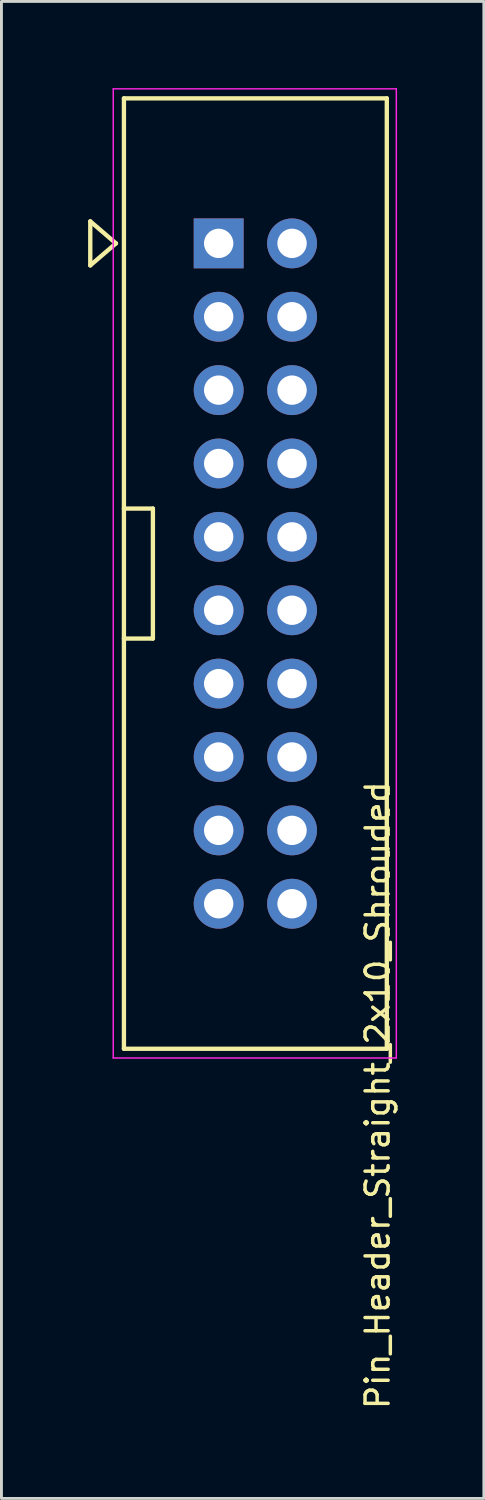
<source format=kicad_pcb>
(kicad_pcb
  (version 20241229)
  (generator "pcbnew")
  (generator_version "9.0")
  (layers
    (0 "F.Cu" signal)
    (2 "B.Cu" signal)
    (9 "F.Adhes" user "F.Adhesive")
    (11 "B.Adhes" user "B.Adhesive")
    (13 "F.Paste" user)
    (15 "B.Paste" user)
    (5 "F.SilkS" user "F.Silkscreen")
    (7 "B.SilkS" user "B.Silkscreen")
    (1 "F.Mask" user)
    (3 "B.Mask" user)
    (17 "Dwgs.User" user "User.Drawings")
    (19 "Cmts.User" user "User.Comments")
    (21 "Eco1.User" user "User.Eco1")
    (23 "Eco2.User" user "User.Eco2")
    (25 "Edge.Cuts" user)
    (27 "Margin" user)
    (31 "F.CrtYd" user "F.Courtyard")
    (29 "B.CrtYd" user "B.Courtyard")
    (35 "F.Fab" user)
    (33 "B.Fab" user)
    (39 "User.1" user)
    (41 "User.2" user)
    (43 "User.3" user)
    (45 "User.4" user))
  (footprint "Pin_Header_Straight_2x10_Shrouded"
    (layer "F.Cu")
    (at 4.52 5.375)
    (property "Reference" "Pin_Header_Straight_2x10_Shrouded" (at 5.502 29.489 90) (layer "F.SilkS") (effects (font (size 0.8 0.8) (thickness 0.12))))
    (attr through_hole)
    (fp_line (start -4.445 -0.762) (end -4.445 0.762) (stroke (width 0.15) (type solid)) (layer "F.SilkS"))
    (fp_line (start -4.445 0.762) (end -3.556 0) (stroke (width 0.15) (type solid)) (layer "F.SilkS"))
    (fp_line (start -3.556 0) (end -4.445 -0.762) (stroke (width 0.15) (type solid)) (layer "F.SilkS"))
    (fp_line (start -3.28 -5.02) (end -3.28 27.88) (stroke (width 0.15) (type solid)) (layer "F.SilkS"))
    (fp_line (start -3.28 -5.02) (end 5.82 -5.02) (stroke (width 0.15) (type solid)) (layer "F.SilkS"))
    (fp_line (start -3.28 27.88) (end 5.82 27.88) (stroke (width 0.15) (type solid)) (layer "F.SilkS"))
    (fp_line (start -2.277 9.18) (end -3.28 9.18) (stroke (width 0.15) (type solid)) (layer "F.SilkS"))
    (fp_line (start -2.277 9.18) (end -2.277 13.68) (stroke (width 0.15) (type solid)) (layer "F.SilkS"))
    (fp_line (start -2.277 13.68) (end -3.28 13.68) (stroke (width 0.15) (type solid)) (layer "F.SilkS"))
    (fp_line (start 5.82 -5.02) (end 5.82 27.88) (stroke (width 0.15) (type solid)) (layer "F.SilkS"))
    (fp_line (start -3.65 -5.35) (end -3.65 28.2) (stroke (width 0.05) (type solid)) (layer "F.CrtYd"))
    (fp_line (start -3.65 -5.35) (end 6.15 -5.35) (stroke (width 0.05) (type solid)) (layer "F.CrtYd"))
    (fp_line (start -3.65 28.2) (end 6.15 28.2) (stroke (width 0.05) (type solid)) (layer "F.CrtYd"))
    (fp_line (start 6.15 -5.35) (end 6.15 28.2) (stroke (width 0.05) (type solid)) (layer "F.CrtYd"))
    (pad "1" thru_hole rect (at 0 0) (size 1.727 1.727) (drill 1.016) (layers "*.Cu" "*.Mask"))
    (pad "2" thru_hole oval (at 2.54 0) (size 1.727 1.727) (drill 1.016) (layers "*.Cu" "*.Mask"))
    (pad "3" thru_hole oval (at 0 2.54) (size 1.727 1.727) (drill 1.016) (layers "*.Cu" "*.Mask"))
    (pad "4" thru_hole oval (at 2.54 2.54) (size 1.727 1.727) (drill 1.016) (layers "*.Cu" "*.Mask"))
    (pad "5" thru_hole oval (at 0 5.08) (size 1.727 1.727) (drill 1.016) (layers "*.Cu" "*.Mask"))
    (pad "6" thru_hole oval (at 2.54 5.08) (size 1.727 1.727) (drill 1.016) (layers "*.Cu" "*.Mask"))
    (pad "7" thru_hole oval (at 0 7.62) (size 1.727 1.727) (drill 1.016) (layers "*.Cu" "*.Mask"))
    (pad "8" thru_hole oval (at 2.54 7.62) (size 1.727 1.727) (drill 1.016) (layers "*.Cu" "*.Mask"))
    (pad "9" thru_hole oval (at 0 10.16) (size 1.727 1.727) (drill 1.016) (layers "*.Cu" "*.Mask"))
    (pad "10" thru_hole oval (at 2.54 10.16) (size 1.727 1.727) (drill 1.016) (layers "*.Cu" "*.Mask"))
    (pad "11" thru_hole oval (at 0 12.7) (size 1.727 1.727) (drill 1.016) (layers "*.Cu" "*.Mask"))
    (pad "12" thru_hole oval (at 2.54 12.7) (size 1.727 1.727) (drill 1.016) (layers "*.Cu" "*.Mask"))
    (pad "13" thru_hole oval (at 0 15.24) (size 1.727 1.727) (drill 1.016) (layers "*.Cu" "*.Mask"))
    (pad "14" thru_hole oval (at 2.54 15.24) (size 1.727 1.727) (drill 1.016) (layers "*.Cu" "*.Mask"))
    (pad "15" thru_hole oval (at 0 17.78) (size 1.727 1.727) (drill 1.016) (layers "*.Cu" "*.Mask"))
    (pad "16" thru_hole oval (at 2.54 17.78) (size 1.727 1.727) (drill 1.016) (layers "*.Cu" "*.Mask"))
    (pad "17" thru_hole oval (at 0 20.32) (size 1.727 1.727) (drill 1.016) (layers "*.Cu" "*.Mask"))
    (pad "18" thru_hole oval (at 2.54 20.32) (size 1.727 1.727) (drill 1.016) (layers "*.Cu" "*.Mask"))
    (pad "19" thru_hole oval (at 0 22.86) (size 1.727 1.727) (drill 1.016) (layers "*.Cu" "*.Mask"))
    (pad "20" thru_hole oval (at 2.54 22.86) (size 1.727 1.727) (drill 1.016) (layers "*.Cu" "*.Mask")))
  (gr_rect
    (start -3 -3)
    (end 13.7 48.822)
    (stroke (width 0.1) (type default))
    (fill no)
    (layer "Edge.Cuts")))
</source>
